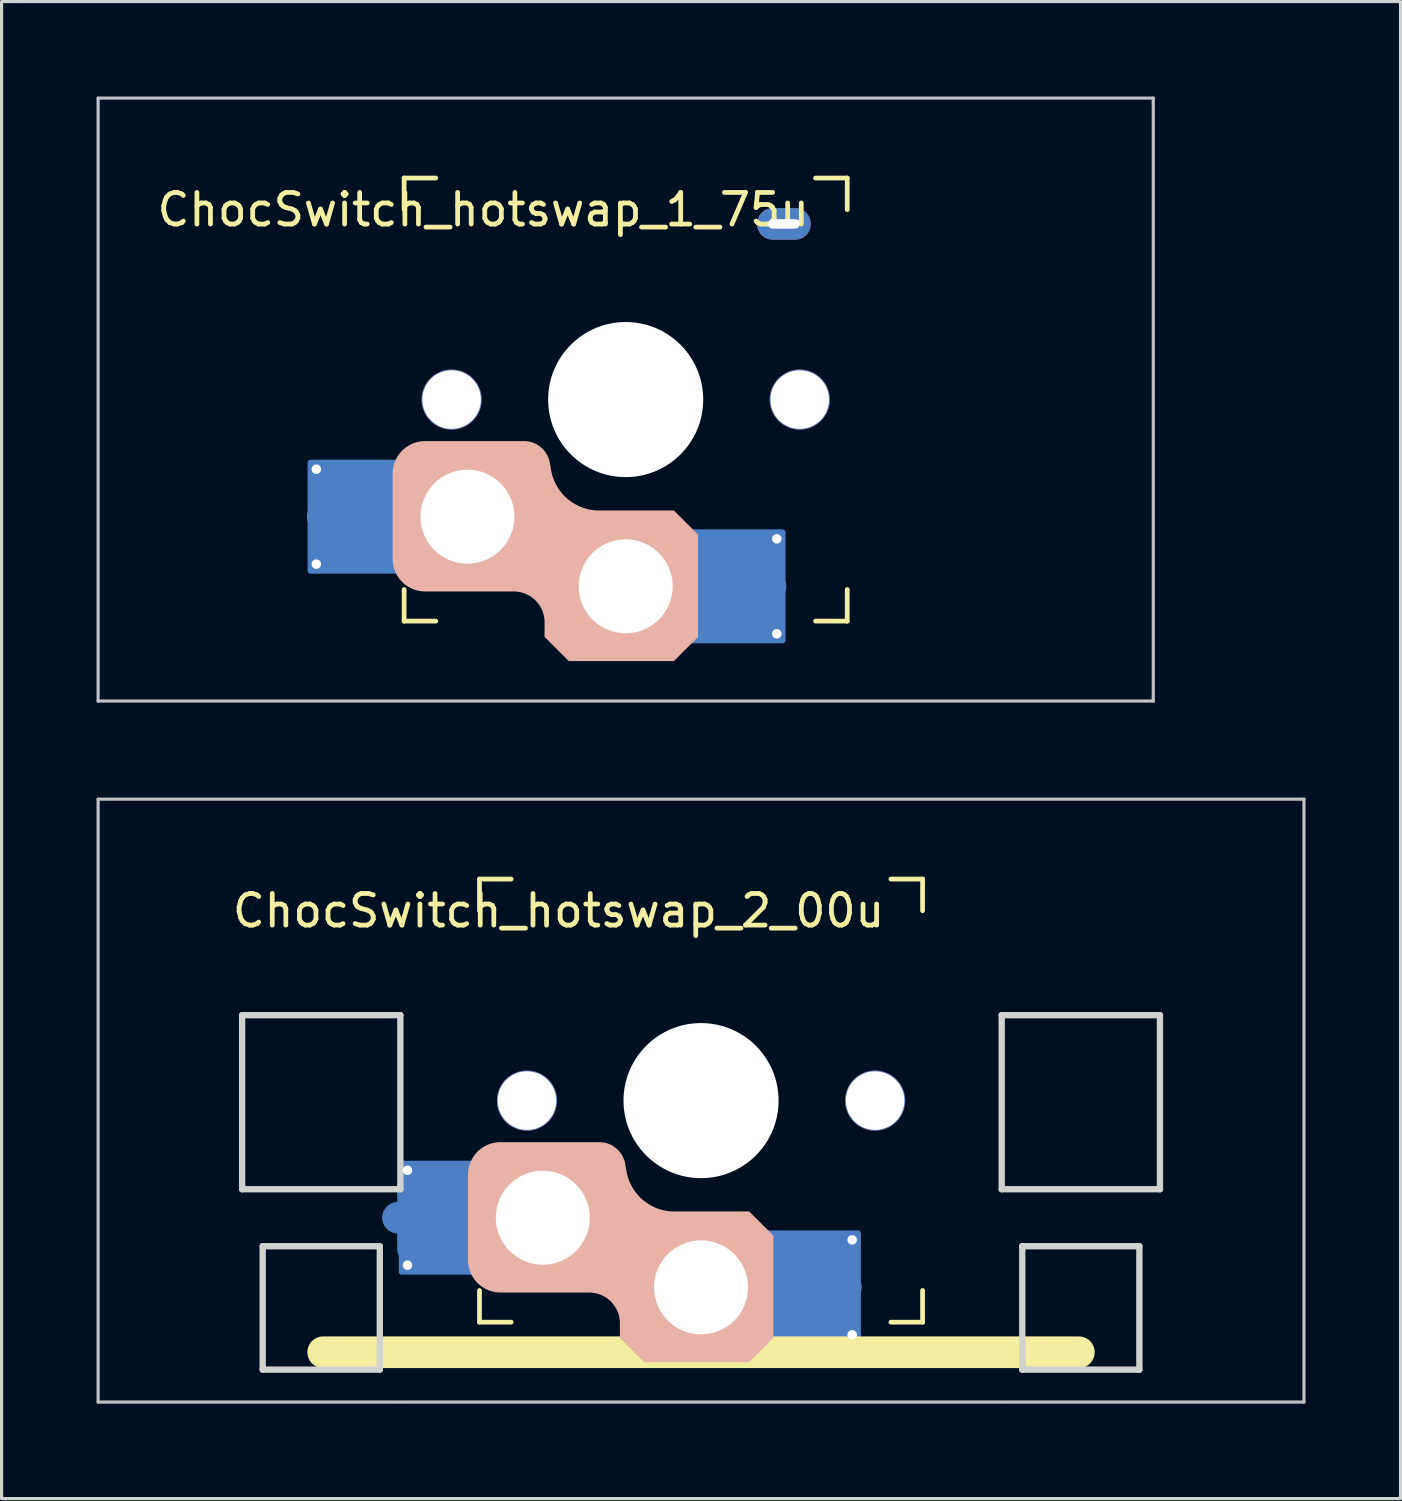
<source format=kicad_pcb>
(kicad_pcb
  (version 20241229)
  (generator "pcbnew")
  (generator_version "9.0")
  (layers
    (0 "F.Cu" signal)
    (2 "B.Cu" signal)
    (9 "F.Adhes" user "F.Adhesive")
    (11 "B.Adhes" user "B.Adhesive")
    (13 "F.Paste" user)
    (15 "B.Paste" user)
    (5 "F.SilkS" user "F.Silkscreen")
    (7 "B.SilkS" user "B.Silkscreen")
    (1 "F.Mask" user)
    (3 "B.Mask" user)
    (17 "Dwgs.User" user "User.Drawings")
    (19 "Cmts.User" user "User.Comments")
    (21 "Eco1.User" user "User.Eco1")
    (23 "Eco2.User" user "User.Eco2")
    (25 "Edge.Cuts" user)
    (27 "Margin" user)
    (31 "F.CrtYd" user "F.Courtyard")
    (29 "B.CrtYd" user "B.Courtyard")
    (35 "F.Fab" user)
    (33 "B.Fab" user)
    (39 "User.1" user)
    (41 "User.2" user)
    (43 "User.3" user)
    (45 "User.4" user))
  (footprint "ChocSwitch_hotswap_1_75u"
    (layer "F.Cu")
    (at 16.719 9.575)
    (property "Reference" "ChocSwitch_hotswap_1_75u" (at -4.5 -6 0) (unlocked yes) (layer "F.SilkS") (effects (font (size 1 1) (thickness 0.15))))
    (attr smd)
    (fp_line (start -7 -7) (end -6 -7) (stroke (width 0.15) (type solid)) (layer "F.SilkS"))
    (fp_line (start -7 -6) (end -7 -7) (stroke (width 0.15) (type solid)) (layer "F.SilkS"))
    (fp_line (start -7 7) (end -7 6) (stroke (width 0.15) (type solid)) (layer "F.SilkS"))
    (fp_line (start -6 7) (end -7 7) (stroke (width 0.15) (type solid)) (layer "F.SilkS"))
    (fp_line (start 6 7) (end 7 7) (stroke (width 0.15) (type solid)) (layer "F.SilkS"))
    (fp_line (start 7 -7) (end 6 -7) (stroke (width 0.15) (type solid)) (layer "F.SilkS"))
    (fp_line (start 7 -6) (end 7 -7) (stroke (width 0.15) (type solid)) (layer "F.SilkS"))
    (fp_line (start 7 7) (end 7 6) (stroke (width 0.15) (type solid)) (layer "F.SilkS"))
    (fp_line (start -9.525 9.525) (end -9.525 9.525) (stroke (width 0.071) (type solid)) (layer "B.SilkS"))
    (fp_line (start 9.525 9.525) (end 9.525 9.525) (stroke (width 0.071) (type solid)) (layer "B.SilkS"))
    (fp_poly (pts (xy -3.176 1.338) (xy -3.14 1.341) (xy -3.104 1.345) (xy -3.069 1.35) (xy -3.034 1.357) (xy -3 1.366) (xy -2.967 1.376) (xy -2.934 1.387) (xy -2.901 1.4) (xy -2.87 1.414) (xy -2.839 1.43) (xy -2.808 1.446) (xy -2.779 1.464) (xy -2.75 1.484) (xy -2.723 1.504) (xy -2.696 1.526) (xy -2.67 1.548) (xy -2.645 1.572) (xy -2.621 1.597) (xy -2.598 1.623) (xy -2.577 1.65) (xy -2.556 1.677) (xy -2.537 1.706) (xy -2.519 1.736) (xy -2.502 1.766) (xy -2.486 1.798) (xy -2.472 1.83) (xy -2.459 1.863) (xy -2.447 1.896) (xy -2.437 1.931) (xy -2.428 1.966) (xy -2.421 2.001) (xy -2.38 2.238) (xy -2.366 2.308) (xy -2.349 2.376) (xy -2.329 2.442) (xy -2.307 2.508) (xy -2.281 2.572) (xy -2.254 2.634) (xy -2.223 2.695) (xy -2.19 2.755) (xy -2.155 2.812) (xy -2.117 2.868) (xy -2.077 2.922) (xy -2.035 2.974) (xy -1.991 3.025) (xy -1.944 3.073) (xy -1.896 3.119) (xy -1.846 3.163) (xy -1.793 3.205) (xy -1.739 3.245) (xy -1.684 3.282) (xy -1.627 3.317) (xy -1.568 3.349) (xy -1.508 3.379) (xy -1.446 3.407) (xy -1.383 3.432) (xy -1.319 3.454) (xy -1.254 3.473) (xy -1.188 3.49) (xy -1.12 3.504) (xy -1.052 3.514) (xy -0.983 3.522) (xy -0.913 3.527) (xy -0.842 3.528) (xy 1.512 3.528) (xy 2.262 4.278) (xy 2.262 7.488) (xy 1.512 8.238) (xy -1.788 8.238) (xy -2.538 7.488) (xy -2.538 7.038) (xy -2.539 6.988) (xy -2.543 6.939) (xy -2.549 6.89) (xy -2.558 6.842) (xy -2.568 6.794) (xy -2.581 6.747) (xy -2.597 6.7) (xy -2.614 6.655) (xy -2.634 6.61) (xy -2.656 6.567) (xy -2.68 6.524) (xy -2.706 6.483) (xy -2.734 6.443) (xy -2.765 6.404) (xy -2.797 6.366) (xy -2.831 6.331) (xy -2.867 6.296) (xy -2.905 6.264) (xy -2.943 6.234) (xy -2.983 6.206) (xy -3.025 6.179) (xy -3.067 6.155) (xy -3.111 6.134) (xy -3.156 6.114) (xy -3.201 6.096) (xy -3.247 6.081) (xy -3.294 6.068) (xy -3.342 6.057) (xy -3.391 6.049) (xy -3.439 6.043) (xy -3.489 6.039) (xy -3.538 6.038) (xy -6.338 6.038) (xy -6.388 6.036) (xy -6.437 6.033) (xy -6.486 6.027) (xy -6.534 6.018) (xy -6.582 6.007) (xy -6.629 5.994) (xy -6.675 5.979) (xy -6.721 5.962) (xy -6.766 5.942) (xy -6.809 5.92) (xy -6.852 5.896) (xy -6.893 5.87) (xy -6.933 5.841) (xy -6.972 5.811) (xy -7.009 5.779) (xy -7.045 5.745) (xy -7.08 5.709) (xy -7.112 5.671) (xy -7.142 5.633) (xy -7.17 5.592) (xy -7.196 5.551) (xy -7.22 5.509) (xy -7.242 5.465) (xy -7.262 5.42) (xy -7.28 5.375) (xy -7.295 5.329) (xy -7.308 5.281) (xy -7.319 5.234) (xy -7.327 5.185) (xy -7.333 5.137) (xy -7.337 5.087) (xy -7.338 5.038) (xy -7.338 2.338) (xy -7.337 2.288) (xy -7.333 2.239) (xy -7.327 2.19) (xy -7.319 2.142) (xy -7.308 2.094) (xy -7.295 2.047) (xy -7.28 2) (xy -7.262 1.955) (xy -7.242 1.91) (xy -7.22 1.867) (xy -7.196 1.824) (xy -7.17 1.783) (xy -7.142 1.743) (xy -7.112 1.704) (xy -7.08 1.666) (xy -7.045 1.63) (xy -7.009 1.596) (xy -6.972 1.564) (xy -6.933 1.534) (xy -6.893 1.506) (xy -6.852 1.48) (xy -6.809 1.455) (xy -6.766 1.434) (xy -6.721 1.414) (xy -6.675 1.396) (xy -6.629 1.381) (xy -6.582 1.368) (xy -6.534 1.357) (xy -6.486 1.349) (xy -6.437 1.342) (xy -6.388 1.339) (xy -6.338 1.338) (xy -3.212 1.338)) (stroke (width 0.05) (type solid)) (fill yes) (layer "B.SilkS"))
    (fp_line (start -16.669 -9.525) (end 16.669 -9.525) (stroke (width 0.1) (type solid)) (layer "Dwgs.User"))
    (fp_line (start -16.669 9.525) (end -16.669 -9.525) (stroke (width 0.1) (type solid)) (layer "Dwgs.User"))
    (fp_line (start 16.669 -9.525) (end 16.669 9.525) (stroke (width 0.1) (type solid)) (layer "Dwgs.User"))
    (fp_line (start 16.669 9.525) (end -16.669 9.525) (stroke (width 0.1) (type solid)) (layer "Dwgs.User"))
    (fp_line (start -7 -7) (end 7 -7) (stroke (width 0.1) (type solid)) (layer "Eco1.User"))
    (fp_line (start -7 7) (end -7 -7) (stroke (width 0.1) (type solid)) (layer "Eco1.User"))
    (fp_line (start 7 -7) (end 7 7) (stroke (width 0.1) (type solid)) (layer "Eco1.User"))
    (fp_line (start 7 7) (end -7 7) (stroke (width 0.1) (type solid)) (layer "Eco1.User"))
    (fp_rect (start -1.75 -3.25) (end 1.75 -6.35) (stroke (width 0.1) (type solid)) (fill no) (layer "Eco1.User"))
    (fp_line (start 0 0) (end 0 -5) (stroke (width 0.05) (type solid)) (layer "Eco2.User"))
    (fp_line (start 0 0) (end 8.262 0) (stroke (width 0.05) (type solid)) (layer "Eco2.User"))
    (pad "" np_thru_hole circle (at -5.5 0 90) (size 1.9 1.9) (drill 1.85) (layers "*.Cu" "*.Mask"))
    (pad "" np_thru_hole circle (at -5 3.7 90) (size 3 3) (drill 2.97) (layers "*.Cu" "*.Mask"))
    (pad "" np_thru_hole circle (at 0 0 90) (size 4.9 4.9) (drill 4.9) (layers "*.Cu" "*.Mask"))
    (pad "" np_thru_hole circle (at 0 5.9 90) (size 2.97 2.97) (drill 2.97) (layers "*.Cu" "*.Mask"))
    (pad "" thru_hole oval (at 5 -5.55) (size 1.7 1) (drill oval 1 0.3) (layers "*.Cu" "*.Mask"))
    (pad "" np_thru_hole circle (at 5.5 0 90) (size 1.9 1.9) (drill 1.85) (layers "*.Cu" "*.Mask"))
    (pad "1" smd roundrect (at 3.3 5.9) (size 2.6 2.6) (layers "B.Cu" "B.Mask" "B.Paste") (roundrect_rratio 0.1))
    (pad "1" smd roundrect (at 3.5 5.9) (size 3.1 3.6) (layers "B.Cu") (roundrect_rratio 0.029))
    (pad "1" smd circle (at 4.575 5.9 180) (size 1 1) (layers "B.Cu" "B.Mask" "B.Paste"))
    (pad "1" thru_hole circle (at 4.775 4.4 180) (size 0.5 0.5) (drill 0.3) (layers "*.Cu" "F.Mask"))
    (pad "1" thru_hole circle (at 4.775 7.4 180) (size 0.5 0.5) (drill 0.3) (layers "*.Cu" "F.Mask"))
    (pad "2" thru_hole circle (at -9.775 2.2) (size 0.5 0.5) (drill 0.3) (layers "*.Cu" "F.Mask"))
    (pad "2" thru_hole circle (at -9.775 5.2) (size 0.5 0.5) (drill 0.3) (layers "*.Cu" "F.Mask"))
    (pad "2" smd circle (at -9.575 3.7) (size 1 1) (layers "B.Cu" "B.Mask" "B.Paste"))
    (pad "2" smd roundrect (at -8.5 3.7 180) (size 3.1 3.6) (layers "B.Cu") (roundrect_rratio 0.029))
    (pad "2" smd roundrect (at -8.3 3.7 180) (size 2.6 2.6) (layers "B.Cu" "B.Mask" "B.Paste") (roundrect_rratio 0.1)))
  (footprint "ChocSwitch_hotswap_2_00u"
    (layer "F.Cu")
    (at 19.1 31.725)
    (property "Reference" "ChocSwitch_hotswap_2_00u" (at -4.5 -6 0) (unlocked yes) (layer "F.SilkS") (effects (font (size 1 1) (thickness 0.15))))
    (attr smd)
    (fp_line (start -11.938 7.95) (end 11.938 7.95) (stroke (width 1) (type solid)) (layer "F.SilkS"))
    (fp_line (start -7 -7) (end -6 -7) (stroke (width 0.15) (type solid)) (layer "F.SilkS"))
    (fp_line (start -7 -6) (end -7 -7) (stroke (width 0.15) (type solid)) (layer "F.SilkS"))
    (fp_line (start -7 7) (end -7 6) (stroke (width 0.15) (type solid)) (layer "F.SilkS"))
    (fp_line (start -6 7) (end -7 7) (stroke (width 0.15) (type solid)) (layer "F.SilkS"))
    (fp_line (start 6 7) (end 7 7) (stroke (width 0.15) (type solid)) (layer "F.SilkS"))
    (fp_line (start 7 -7) (end 6 -7) (stroke (width 0.15) (type solid)) (layer "F.SilkS"))
    (fp_line (start 7 -6) (end 7 -7) (stroke (width 0.15) (type solid)) (layer "F.SilkS"))
    (fp_line (start 7 7) (end 7 6) (stroke (width 0.15) (type solid)) (layer "F.SilkS"))
    (fp_line (start -9.525 9.525) (end -9.525 9.525) (stroke (width 0.071) (type solid)) (layer "B.SilkS"))
    (fp_line (start 9.525 9.525) (end 9.525 9.525) (stroke (width 0.071) (type solid)) (layer "B.SilkS"))
    (fp_poly (pts (xy -3.176 1.338) (xy -3.14 1.341) (xy -3.104 1.345) (xy -3.069 1.35) (xy -3.034 1.357) (xy -3 1.366) (xy -2.967 1.376) (xy -2.934 1.387) (xy -2.901 1.4) (xy -2.87 1.414) (xy -2.839 1.43) (xy -2.808 1.446) (xy -2.779 1.464) (xy -2.75 1.484) (xy -2.723 1.504) (xy -2.696 1.526) (xy -2.67 1.548) (xy -2.645 1.572) (xy -2.621 1.597) (xy -2.598 1.623) (xy -2.577 1.65) (xy -2.556 1.677) (xy -2.537 1.706) (xy -2.519 1.736) (xy -2.502 1.766) (xy -2.486 1.798) (xy -2.472 1.83) (xy -2.459 1.863) (xy -2.447 1.896) (xy -2.437 1.931) (xy -2.428 1.966) (xy -2.421 2.001) (xy -2.38 2.238) (xy -2.366 2.308) (xy -2.349 2.376) (xy -2.329 2.442) (xy -2.307 2.508) (xy -2.281 2.572) (xy -2.254 2.634) (xy -2.223 2.695) (xy -2.19 2.755) (xy -2.155 2.812) (xy -2.117 2.868) (xy -2.077 2.922) (xy -2.035 2.974) (xy -1.991 3.025) (xy -1.944 3.073) (xy -1.896 3.119) (xy -1.846 3.163) (xy -1.793 3.205) (xy -1.739 3.245) (xy -1.684 3.282) (xy -1.627 3.317) (xy -1.568 3.349) (xy -1.508 3.379) (xy -1.446 3.407) (xy -1.383 3.432) (xy -1.319 3.454) (xy -1.254 3.473) (xy -1.188 3.49) (xy -1.12 3.504) (xy -1.052 3.514) (xy -0.983 3.522) (xy -0.913 3.527) (xy -0.842 3.528) (xy 1.512 3.528) (xy 2.262 4.278) (xy 2.262 7.488) (xy 1.512 8.238) (xy -1.788 8.238) (xy -2.538 7.488) (xy -2.538 7.038) (xy -2.539 6.988) (xy -2.543 6.939) (xy -2.549 6.89) (xy -2.558 6.842) (xy -2.568 6.794) (xy -2.581 6.747) (xy -2.597 6.7) (xy -2.614 6.655) (xy -2.634 6.61) (xy -2.656 6.567) (xy -2.68 6.524) (xy -2.706 6.483) (xy -2.734 6.443) (xy -2.765 6.404) (xy -2.797 6.366) (xy -2.831 6.331) (xy -2.867 6.296) (xy -2.905 6.264) (xy -2.943 6.234) (xy -2.983 6.206) (xy -3.025 6.179) (xy -3.067 6.155) (xy -3.111 6.134) (xy -3.156 6.114) (xy -3.201 6.096) (xy -3.247 6.081) (xy -3.294 6.068) (xy -3.342 6.057) (xy -3.391 6.049) (xy -3.439 6.043) (xy -3.489 6.039) (xy -3.538 6.038) (xy -6.338 6.038) (xy -6.388 6.036) (xy -6.437 6.033) (xy -6.486 6.027) (xy -6.534 6.018) (xy -6.582 6.007) (xy -6.629 5.994) (xy -6.675 5.979) (xy -6.721 5.962) (xy -6.766 5.942) (xy -6.809 5.92) (xy -6.852 5.896) (xy -6.893 5.87) (xy -6.933 5.841) (xy -6.972 5.811) (xy -7.009 5.779) (xy -7.045 5.745) (xy -7.08 5.709) (xy -7.112 5.671) (xy -7.142 5.633) (xy -7.17 5.592) (xy -7.196 5.551) (xy -7.22 5.509) (xy -7.242 5.465) (xy -7.262 5.42) (xy -7.28 5.375) (xy -7.295 5.329) (xy -7.308 5.281) (xy -7.319 5.234) (xy -7.327 5.185) (xy -7.333 5.137) (xy -7.337 5.087) (xy -7.338 5.038) (xy -7.338 2.338) (xy -7.337 2.288) (xy -7.333 2.239) (xy -7.327 2.19) (xy -7.319 2.142) (xy -7.308 2.094) (xy -7.295 2.047) (xy -7.28 2) (xy -7.262 1.955) (xy -7.242 1.91) (xy -7.22 1.867) (xy -7.196 1.824) (xy -7.17 1.783) (xy -7.142 1.743) (xy -7.112 1.704) (xy -7.08 1.666) (xy -7.045 1.63) (xy -7.009 1.596) (xy -6.972 1.564) (xy -6.933 1.534) (xy -6.893 1.506) (xy -6.852 1.48) (xy -6.809 1.455) (xy -6.766 1.434) (xy -6.721 1.414) (xy -6.675 1.396) (xy -6.629 1.381) (xy -6.582 1.368) (xy -6.534 1.357) (xy -6.486 1.349) (xy -6.437 1.342) (xy -6.388 1.339) (xy -6.338 1.338) (xy -3.212 1.338)) (stroke (width 0.05) (type solid)) (fill yes) (layer "B.SilkS"))
    (fp_line (start -19.05 -9.525) (end 19.05 -9.525) (stroke (width 0.1) (type solid)) (layer "Dwgs.User"))
    (fp_line (start -19.05 9.525) (end -19.05 -9.525) (stroke (width 0.1) (type solid)) (layer "Dwgs.User"))
    (fp_line (start 19.05 -9.525) (end 19.05 9.525) (stroke (width 0.1) (type solid)) (layer "Dwgs.User"))
    (fp_line (start 19.05 9.525) (end -19.05 9.525) (stroke (width 0.1) (type solid)) (layer "Dwgs.User"))
    (fp_line (start -7 -7) (end 7 -7) (stroke (width 0.1) (type solid)) (layer "Eco1.User"))
    (fp_line (start -7 7) (end -7 -7) (stroke (width 0.1) (type solid)) (layer "Eco1.User"))
    (fp_line (start 7 -7) (end 7 7) (stroke (width 0.1) (type solid)) (layer "Eco1.User"))
    (fp_line (start 7 7) (end -7 7) (stroke (width 0.1) (type solid)) (layer "Eco1.User"))
    (fp_rect (start -1.75 -3.25) (end 1.75 -6.35) (stroke (width 0.1) (type solid)) (fill no) (layer "Eco1.User"))
    (fp_line (start 0 0) (end 0 -4.8) (stroke (width 0.05) (type solid)) (layer "Eco2.User"))
    (fp_line (start 0 0) (end 8.262 0) (stroke (width 0.05) (type solid)) (layer "Eco2.User"))
    (fp_line (start -14.5 -2.7) (end -14.5 2.8) (stroke (width 0.2) (type solid)) (layer "Edge.Cuts"))
    (fp_line (start -14.5 2.8) (end -9.5 2.8) (stroke (width 0.2) (type solid)) (layer "Edge.Cuts"))
    (fp_line (start -13.85 8.5) (end -13.85 4.6) (stroke (width 0.2) (type solid)) (layer "Edge.Cuts"))
    (fp_line (start -13.85 8.5) (end -10.15 8.5) (stroke (width 0.2) (type solid)) (layer "Edge.Cuts"))
    (fp_line (start -10.15 4.6) (end -13.85 4.6) (stroke (width 0.2) (type solid)) (layer "Edge.Cuts"))
    (fp_line (start -10.15 8.5) (end -10.15 4.6) (stroke (width 0.2) (type solid)) (layer "Edge.Cuts"))
    (fp_line (start -9.5 -2.7) (end -14.5 -2.7) (stroke (width 0.2) (type solid)) (layer "Edge.Cuts"))
    (fp_line (start -9.5 2.8) (end -9.5 -2.7) (stroke (width 0.2) (type solid)) (layer "Edge.Cuts"))
    (fp_line (start 9.5 -2.7) (end 14.5 -2.7) (stroke (width 0.2) (type solid)) (layer "Edge.Cuts"))
    (fp_line (start 9.5 2.8) (end 9.5 -2.7) (stroke (width 0.2) (type solid)) (layer "Edge.Cuts"))
    (fp_line (start 10.15 4.6) (end 13.85 4.6) (stroke (width 0.2) (type solid)) (layer "Edge.Cuts"))
    (fp_line (start 10.15 8.5) (end 10.15 4.6) (stroke (width 0.2) (type solid)) (layer "Edge.Cuts"))
    (fp_line (start 13.85 4.6) (end 13.85 8.5) (stroke (width 0.2) (type solid)) (layer "Edge.Cuts"))
    (fp_line (start 13.85 8.5) (end 10.15 8.5) (stroke (width 0.2) (type solid)) (layer "Edge.Cuts"))
    (fp_line (start 14.5 -2.7) (end 14.5 2.8) (stroke (width 0.2) (type solid)) (layer "Edge.Cuts"))
    (fp_line (start 14.5 2.8) (end 9.5 2.8) (stroke (width 0.2) (type solid)) (layer "Edge.Cuts"))
    (pad "" np_thru_hole circle (at -5.5 0 90) (size 1.9 1.9) (drill 1.85) (layers "*.Cu" "*.Mask"))
    (pad "" np_thru_hole circle (at -5 3.7 90) (size 3 3) (drill 2.97) (layers "*.Cu" "*.Mask"))
    (pad "" np_thru_hole circle (at 0 0 90) (size 4.9 4.9) (drill 4.9) (layers "*.Cu" "*.Mask"))
    (pad "" np_thru_hole circle (at 0 5.9 90) (size 2.97 2.97) (drill 2.97) (layers "*.Cu" "*.Mask"))
    (pad "" np_thru_hole circle (at 5.5 0 90) (size 1.9 1.9) (drill 1.85) (layers "*.Cu" "*.Mask"))
    (pad "1" smd roundrect (at 3.3 5.9) (size 2.6 2.6) (layers "B.Cu" "B.Mask" "B.Paste") (roundrect_rratio 0.1))
    (pad "1" smd roundrect (at 3.5 5.9) (size 3.1 3.6) (layers "B.Cu") (roundrect_rratio 0.029))
    (pad "1" smd circle (at 4.575 5.9 180) (size 1 1) (layers "B.Cu" "B.Mask" "B.Paste"))
    (pad "1" thru_hole circle (at 4.775 4.4 180) (size 0.5 0.5) (drill 0.3) (layers "*.Cu" "F.Mask"))
    (pad "1" thru_hole circle (at 4.775 7.4 180) (size 0.5 0.5) (drill 0.3) (layers "*.Cu" "F.Mask"))
    (pad "2" smd circle (at -9.575 3.7) (size 1 1) (layers "B.Cu" "B.Mask" "B.Paste"))
    (pad "2" thru_hole circle (at -9.275 2.2) (size 0.5 0.5) (drill 0.3) (layers "*.Cu" "F.Mask"))
    (pad "2" thru_hole circle (at -9.275 5.2) (size 0.5 0.5) (drill 0.3) (layers "*.Cu" "F.Mask"))
    (pad "2" smd roundrect (at -8.3 3.7 180) (size 2.6 2.6) (layers "B.Cu" "B.Mask" "B.Paste") (roundrect_rratio 0.1))
    (pad "2" smd roundrect (at -8 3.7 180) (size 3.1 3.6) (layers "B.Cu") (roundrect_rratio 0.029)))
  (gr_rect
    (start -3 -3)
    (end 41.2 44.3)
    (stroke (width 0.1) (type default))
    (fill no)
    (layer "Edge.Cuts")))
</source>
